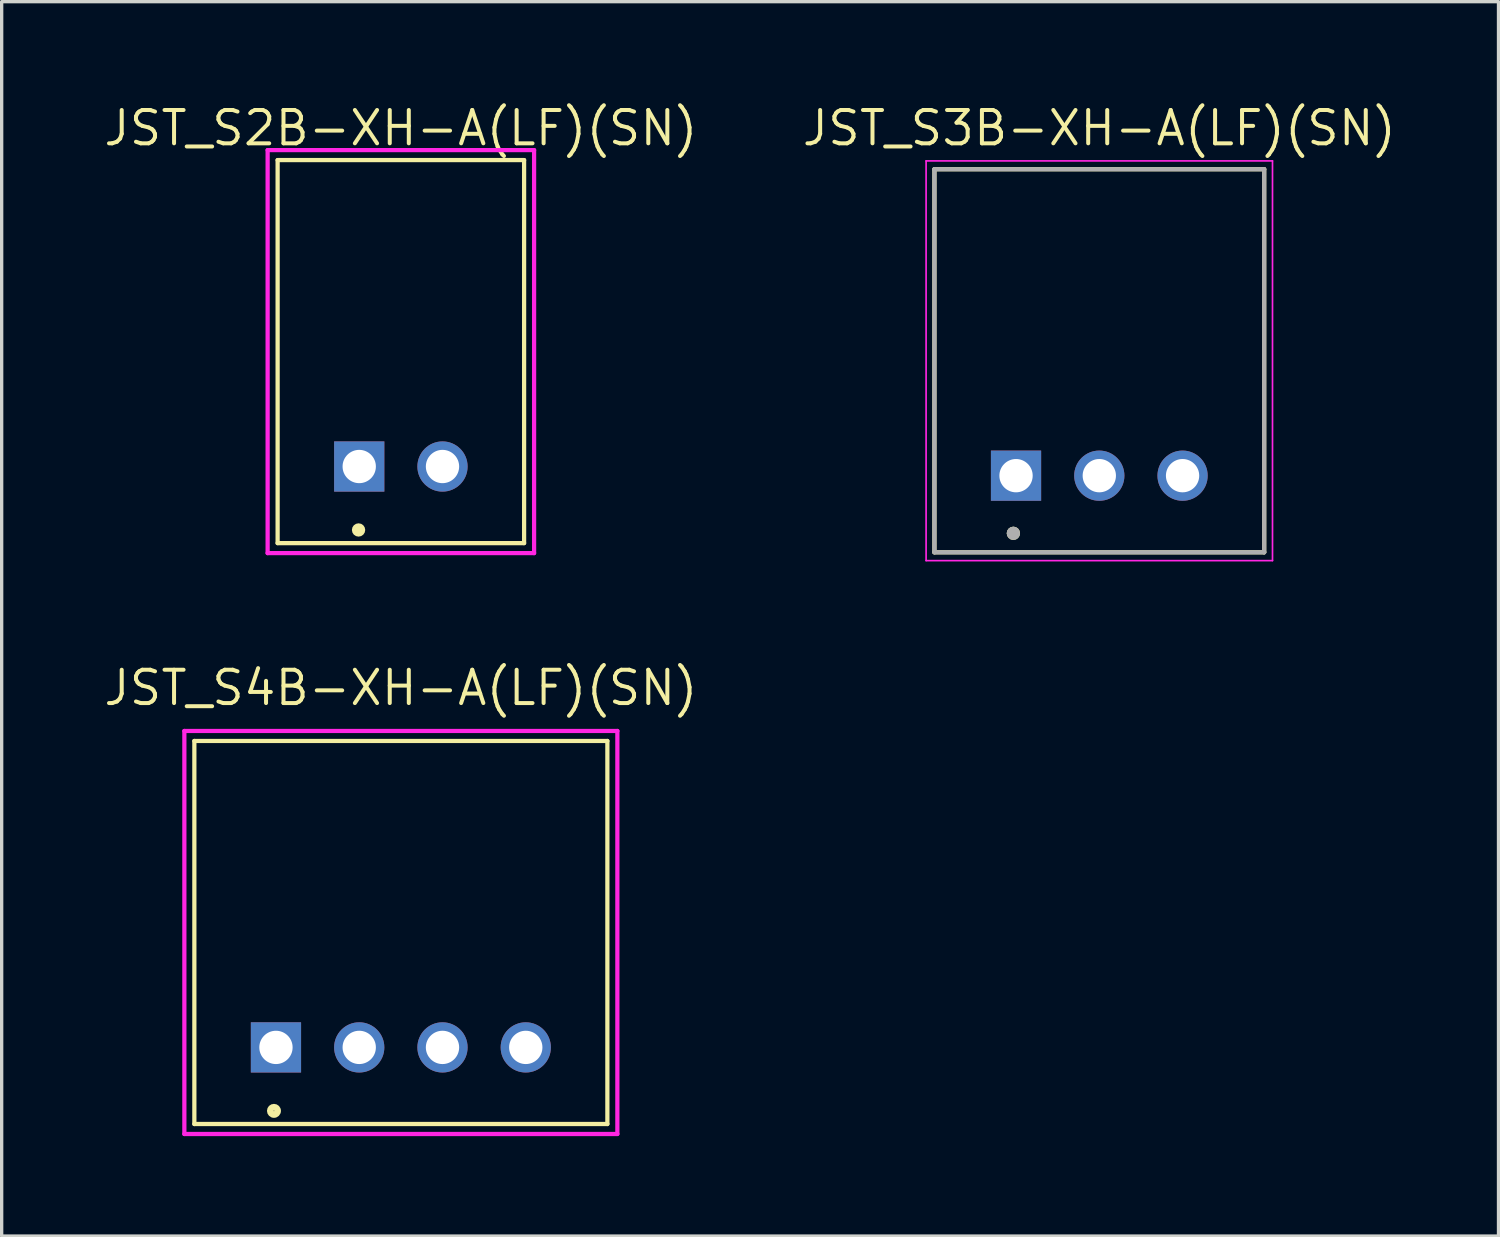
<source format=kicad_pcb>
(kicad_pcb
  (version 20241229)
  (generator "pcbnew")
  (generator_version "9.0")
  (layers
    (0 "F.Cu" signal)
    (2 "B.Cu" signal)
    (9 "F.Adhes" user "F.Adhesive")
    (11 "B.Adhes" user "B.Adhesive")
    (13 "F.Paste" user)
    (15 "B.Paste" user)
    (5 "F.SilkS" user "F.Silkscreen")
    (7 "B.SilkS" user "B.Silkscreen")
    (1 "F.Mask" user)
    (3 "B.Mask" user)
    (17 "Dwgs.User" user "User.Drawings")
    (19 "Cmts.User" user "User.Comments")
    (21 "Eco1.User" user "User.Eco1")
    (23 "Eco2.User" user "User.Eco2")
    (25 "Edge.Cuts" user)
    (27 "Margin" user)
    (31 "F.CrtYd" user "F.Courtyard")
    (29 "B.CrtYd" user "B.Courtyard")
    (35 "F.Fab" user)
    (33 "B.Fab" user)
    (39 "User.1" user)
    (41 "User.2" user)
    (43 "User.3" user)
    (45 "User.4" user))
  (footprint "JST_S2B-XH-A(LF)(SN)"
    (layer "F.Cu")
    (at 8.985 10.956)
    (property "Reference" "JST_S2B-XH-A(LF)(SN)" (at 0 -10.16 0) (layer "F.SilkS") (effects (font (size 1 1) (thickness 0.12))))
    (attr through_hole)
    (fp_line (start -3.7 -9.2) (end 3.7 -9.2) (stroke (width 0.127) (type solid)) (layer "F.SilkS"))
    (fp_line (start -3.7 2.3) (end -3.7 -9.2) (stroke (width 0.127) (type solid)) (layer "F.SilkS"))
    (fp_line (start 3.7 -9.2) (end 3.7 2.3) (stroke (width 0.127) (type solid)) (layer "F.SilkS"))
    (fp_line (start 3.7 2.3) (end -3.7 2.3) (stroke (width 0.127) (type solid)) (layer "F.SilkS"))
    (fp_circle (center -1.27 1.905) (end -1.17 1.905) (stroke (width 0.2) (type solid)) (fill no) (layer "F.SilkS"))
    (fp_line (start -4 -9.5) (end 4 -9.5) (stroke (width 0.127) (type solid)) (layer "F.CrtYd"))
    (fp_line (start -4 2.6) (end -4 -9.5) (stroke (width 0.127) (type solid)) (layer "F.CrtYd"))
    (fp_line (start 4 -9.5) (end 4 2.6) (stroke (width 0.127) (type solid)) (layer "F.CrtYd"))
    (fp_line (start 4 2.6) (end -4 2.6) (stroke (width 0.127) (type solid)) (layer "F.CrtYd"))
    (pad "1" thru_hole rect (at -1.25 0) (size 1.508 1.508) (drill 1) (layers "*.Cu" "*.Mask"))
    (pad "2" thru_hole circle (at 1.25 0) (size 1.508 1.508) (drill 1) (layers "*.Cu" "*.Mask")))
  (footprint "JST_S4B-XH-A(LF)(SN)"
    (layer "F.Cu")
    (at 8.985 28.396)
    (property "Reference" "JST_S4B-XH-A(LF)(SN)" (at 0 -10.795 0) (layer "F.SilkS") (effects (font (size 1 1) (thickness 0.12))))
    (attr through_hole)
    (fp_line (start -6.2 -9.2) (end 6.2 -9.2) (stroke (width 0.127) (type solid)) (layer "F.SilkS"))
    (fp_line (start -6.2 2.3) (end -6.2 -9.2) (stroke (width 0.127) (type solid)) (layer "F.SilkS"))
    (fp_line (start 6.2 -9.2) (end 6.2 2.3) (stroke (width 0.127) (type solid)) (layer "F.SilkS"))
    (fp_line (start 6.2 2.3) (end -6.2 2.3) (stroke (width 0.127) (type solid)) (layer "F.SilkS"))
    (fp_circle (center -3.81 1.905) (end -3.7 1.905) (stroke (width 0.2) (type solid)) (fill no) (layer "F.SilkS"))
    (fp_line (start -6.5 -9.5) (end 6.5 -9.5) (stroke (width 0.127) (type solid)) (layer "F.CrtYd"))
    (fp_line (start -6.5 2.6) (end -6.5 -9.5) (stroke (width 0.127) (type solid)) (layer "F.CrtYd"))
    (fp_line (start 6.5 -9.5) (end 6.5 2.6) (stroke (width 0.127) (type solid)) (layer "F.CrtYd"))
    (fp_line (start 6.5 2.6) (end -6.5 2.6) (stroke (width 0.127) (type solid)) (layer "F.CrtYd"))
    (pad "1" thru_hole rect (at -3.75 0) (size 1.508 1.508) (drill 1) (layers "*.Cu" "*.Mask"))
    (pad "2" thru_hole circle (at -1.25 0) (size 1.508 1.508) (drill 1) (layers "*.Cu" "*.Mask"))
    (pad "3" thru_hole circle (at 1.25 0) (size 1.508 1.508) (drill 1) (layers "*.Cu" "*.Mask"))
    (pad "4" thru_hole circle (at 3.75 0) (size 1.508 1.508) (drill 1) (layers "*.Cu" "*.Mask")))
  (footprint "JST_S3B-XH-A(LF)(SN)"
    (layer "F.Cu")
    (at 29.954 7.781)
    (property "Reference" "JST_S3B-XH-A(LF)(SN)" (at 0 -6.985 0) (layer "F.SilkS") (effects (font (size 1 1) (thickness 0.12))))
    (attr through_hole)
    (fp_line (start -4.95 -5.75) (end 4.95 -5.75) (stroke (width 0.127) (type solid)) (layer "F.SilkS"))
    (fp_line (start -4.95 5.75) (end -4.95 -5.75) (stroke (width 0.127) (type solid)) (layer "F.SilkS"))
    (fp_line (start 4.95 -5.75) (end 4.95 5.75) (stroke (width 0.127) (type solid)) (layer "F.SilkS"))
    (fp_line (start 4.95 5.75) (end -4.95 5.75) (stroke (width 0.127) (type solid)) (layer "F.SilkS"))
    (fp_circle (center -2.58 5.18) (end -2.48 5.18) (stroke (width 0.2) (type solid)) (fill no) (layer "F.SilkS"))
    (fp_line (start -5.2 -6) (end 5.2 -6) (stroke (width 0.05) (type solid)) (layer "F.CrtYd"))
    (fp_line (start -5.2 6) (end -5.2 -6) (stroke (width 0.05) (type solid)) (layer "F.CrtYd"))
    (fp_line (start 5.2 -6) (end 5.2 6) (stroke (width 0.05) (type solid)) (layer "F.CrtYd"))
    (fp_line (start 5.2 6) (end -5.2 6) (stroke (width 0.05) (type solid)) (layer "F.CrtYd"))
    (fp_line (start -4.95 -5.75) (end 4.95 -5.75) (stroke (width 0.127) (type solid)) (layer "F.Fab"))
    (fp_line (start -4.95 5.75) (end -4.95 -5.75) (stroke (width 0.127) (type solid)) (layer "F.Fab"))
    (fp_line (start 4.95 -5.75) (end 4.95 5.75) (stroke (width 0.127) (type solid)) (layer "F.Fab"))
    (fp_line (start 4.95 5.75) (end -4.95 5.75) (stroke (width 0.127) (type solid)) (layer "F.Fab"))
    (fp_circle (center -2.58 5.18) (end -2.48 5.18) (stroke (width 0.2) (type solid)) (fill no) (layer "F.Fab"))
    (pad "1" thru_hole rect (at -2.5 3.45) (size 1.508 1.508) (drill 1) (layers "*.Cu" "*.Mask"))
    (pad "2" thru_hole circle (at 0 3.45) (size 1.508 1.508) (drill 1) (layers "*.Cu" "*.Mask"))
    (pad "3" thru_hole circle (at 2.5 3.45) (size 1.508 1.508) (drill 1) (layers "*.Cu" "*.Mask")))
  (gr_rect
    (start -3 -3)
    (end 41.939 34.06)
    (stroke (width 0.1) (type default))
    (fill no)
    (layer "Edge.Cuts")))
</source>
